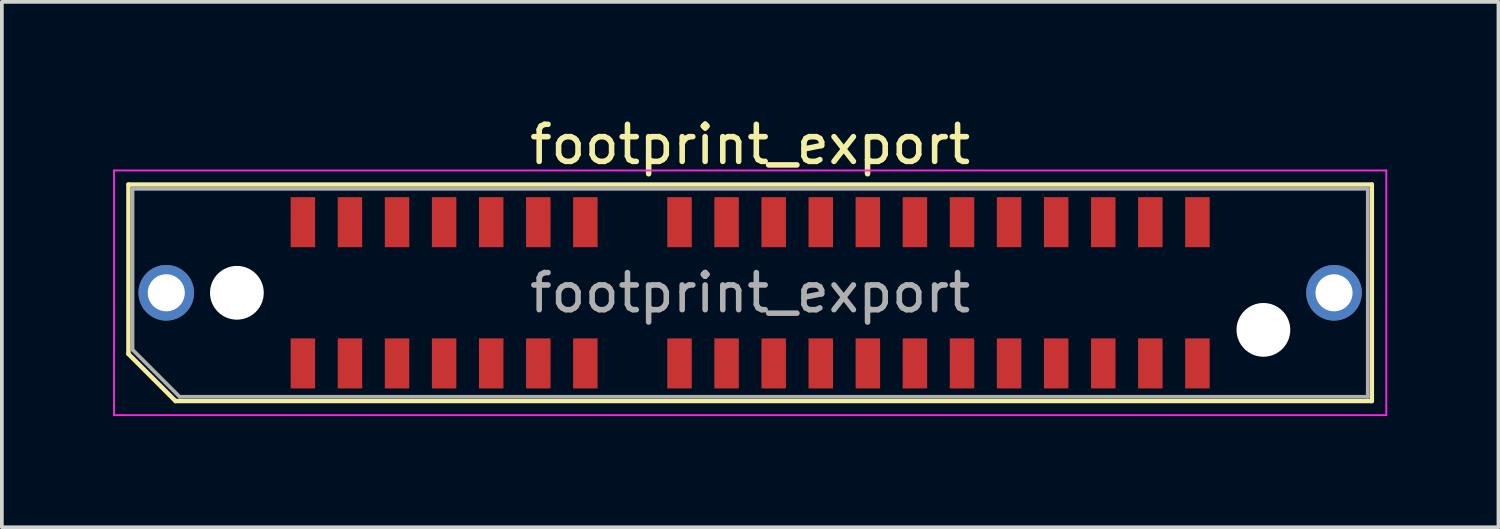
<source format=kicad_pcb>
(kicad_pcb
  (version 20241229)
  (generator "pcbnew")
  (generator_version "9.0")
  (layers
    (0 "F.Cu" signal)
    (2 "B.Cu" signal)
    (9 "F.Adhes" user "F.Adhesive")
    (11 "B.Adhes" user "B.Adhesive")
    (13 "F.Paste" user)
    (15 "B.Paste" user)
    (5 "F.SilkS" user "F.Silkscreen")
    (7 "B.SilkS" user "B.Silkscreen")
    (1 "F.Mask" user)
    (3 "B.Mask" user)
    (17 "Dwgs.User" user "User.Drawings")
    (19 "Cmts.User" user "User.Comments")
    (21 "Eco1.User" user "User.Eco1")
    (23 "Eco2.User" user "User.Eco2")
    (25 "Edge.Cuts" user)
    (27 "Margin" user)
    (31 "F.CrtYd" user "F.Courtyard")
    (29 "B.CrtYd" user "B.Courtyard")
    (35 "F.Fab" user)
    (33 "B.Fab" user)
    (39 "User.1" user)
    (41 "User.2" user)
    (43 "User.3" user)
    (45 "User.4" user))
  (footprint "footprint_export"
    (layer "F.Cu")
    (at 17.185 4.848)
    (property "Reference" "footprint_export" (at 0 -4 0) (layer "F.SilkS") (effects (font (size 1 1) (thickness 0.15))))
    (attr smd)
    (fp_line (start -16.77 -2.92) (end 16.77 -2.92) (stroke (width 0.12) (type solid)) (layer "F.SilkS"))
    (fp_line (start -16.77 1.65) (end -16.77 -2.92) (stroke (width 0.12) (type solid)) (layer "F.SilkS"))
    (fp_line (start -15.5 2.92) (end -16.77 1.65) (stroke (width 0.12) (type solid)) (layer "F.SilkS"))
    (fp_line (start -15.5 2.92) (end 16.77 2.92) (stroke (width 0.12) (type solid)) (layer "F.SilkS"))
    (fp_line (start 16.77 2.92) (end 16.77 -2.92) (stroke (width 0.12) (type solid)) (layer "F.SilkS"))
    (fp_line (start -17.16 -3.3) (end -17.16 3.3) (stroke (width 0.05) (type solid)) (layer "F.CrtYd"))
    (fp_line (start -17.16 3.3) (end 17.16 3.3) (stroke (width 0.05) (type solid)) (layer "F.CrtYd"))
    (fp_line (start 17.16 -3.3) (end -17.16 -3.3) (stroke (width 0.05) (type solid)) (layer "F.CrtYd"))
    (fp_line (start 17.16 3.3) (end 17.16 -3.3) (stroke (width 0.05) (type solid)) (layer "F.CrtYd"))
    (fp_line (start -16.66 -2.805) (end 16.66 -2.805) (stroke (width 0.1) (type solid)) (layer "F.Fab"))
    (fp_line (start -16.66 1.535) (end -16.66 -2.805) (stroke (width 0.1) (type solid)) (layer "F.Fab"))
    (fp_line (start -16.66 1.535) (end -15.39 2.805) (stroke (width 0.1) (type solid)) (layer "F.Fab"))
    (fp_line (start -15.39 2.805) (end 16.66 2.805) (stroke (width 0.1) (type solid)) (layer "F.Fab"))
    (fp_line (start 16.66 2.805) (end 16.66 -2.805) (stroke (width 0.1) (type solid)) (layer "F.Fab"))
    (fp_text user "${REFERENCE}" (at 0 0 0) (layer "F.Fab") (effects (font (size 1 1) (thickness 0.15))))
    (pad "" thru_hole circle (at -15.75 0) (size 1.5 1.5) (drill 1) (layers "*.Cu" "*.Mask"))
    (pad "" np_thru_hole circle (at -13.845 0) (size 1.45 1.45) (drill 1.45) (layers "*.Cu" "*.Mask"))
    (pad "" np_thru_hole circle (at 13.845 1) (size 1.45 1.45) (drill 1.45) (layers "*.Cu" "*.Mask"))
    (pad "" thru_hole circle (at 15.75 0) (size 1.5 1.5) (drill 1) (layers "*.Cu" "*.Mask"))
    (pad "1" smd rect (at -12.065 1.905) (size 0.66 1.35) (layers "F.Cu" "F.Mask" "F.Paste"))
    (pad "2" smd rect (at -12.065 -1.905) (size 0.66 1.35) (layers "F.Cu" "F.Mask" "F.Paste"))
    (pad "3" smd rect (at -10.795 1.905) (size 0.66 1.35) (layers "F.Cu" "F.Mask" "F.Paste"))
    (pad "4" smd rect (at -10.795 -1.905) (size 0.66 1.35) (layers "F.Cu" "F.Mask" "F.Paste"))
    (pad "5" smd rect (at -9.525 1.905) (size 0.66 1.35) (layers "F.Cu" "F.Mask" "F.Paste"))
    (pad "6" smd rect (at -9.525 -1.905) (size 0.66 1.35) (layers "F.Cu" "F.Mask" "F.Paste"))
    (pad "7" smd rect (at -8.255 1.905) (size 0.66 1.35) (layers "F.Cu" "F.Mask" "F.Paste"))
    (pad "8" smd rect (at -8.255 -1.905) (size 0.66 1.35) (layers "F.Cu" "F.Mask" "F.Paste"))
    (pad "9" smd rect (at -6.985 1.905) (size 0.66 1.35) (layers "F.Cu" "F.Mask" "F.Paste"))
    (pad "10" smd rect (at -6.985 -1.905) (size 0.66 1.35) (layers "F.Cu" "F.Mask" "F.Paste"))
    (pad "11" smd rect (at -5.715 1.905) (size 0.66 1.35) (layers "F.Cu" "F.Mask" "F.Paste"))
    (pad "12" smd rect (at -5.715 -1.905) (size 0.66 1.35) (layers "F.Cu" "F.Mask" "F.Paste"))
    (pad "13" smd rect (at -4.445 1.905) (size 0.66 1.35) (layers "F.Cu" "F.Mask" "F.Paste"))
    (pad "14" smd rect (at -4.445 -1.905) (size 0.66 1.35) (layers "F.Cu" "F.Mask" "F.Paste"))
    (pad "17" smd rect (at -1.905 1.905) (size 0.66 1.35) (layers "F.Cu" "F.Mask" "F.Paste"))
    (pad "18" smd rect (at -1.905 -1.905) (size 0.66 1.35) (layers "F.Cu" "F.Mask" "F.Paste"))
    (pad "19" smd rect (at -0.635 1.905) (size 0.66 1.35) (layers "F.Cu" "F.Mask" "F.Paste"))
    (pad "20" smd rect (at -0.635 -1.905) (size 0.66 1.35) (layers "F.Cu" "F.Mask" "F.Paste"))
    (pad "21" smd rect (at 0.635 1.905) (size 0.66 1.35) (layers "F.Cu" "F.Mask" "F.Paste"))
    (pad "22" smd rect (at 0.635 -1.905) (size 0.66 1.35) (layers "F.Cu" "F.Mask" "F.Paste"))
    (pad "23" smd rect (at 1.905 1.905) (size 0.66 1.35) (layers "F.Cu" "F.Mask" "F.Paste"))
    (pad "24" smd rect (at 1.905 -1.905) (size 0.66 1.35) (layers "F.Cu" "F.Mask" "F.Paste"))
    (pad "25" smd rect (at 3.175 1.905) (size 0.66 1.35) (layers "F.Cu" "F.Mask" "F.Paste"))
    (pad "26" smd rect (at 3.175 -1.905) (size 0.66 1.35) (layers "F.Cu" "F.Mask" "F.Paste"))
    (pad "27" smd rect (at 4.445 1.905) (size 0.66 1.35) (layers "F.Cu" "F.Mask" "F.Paste"))
    (pad "28" smd rect (at 4.445 -1.905) (size 0.66 1.35) (layers "F.Cu" "F.Mask" "F.Paste"))
    (pad "29" smd rect (at 5.715 1.905) (size 0.66 1.35) (layers "F.Cu" "F.Mask" "F.Paste"))
    (pad "30" smd rect (at 5.715 -1.905) (size 0.66 1.35) (layers "F.Cu" "F.Mask" "F.Paste"))
    (pad "31" smd rect (at 6.985 1.905) (size 0.66 1.35) (layers "F.Cu" "F.Mask" "F.Paste"))
    (pad "32" smd rect (at 6.985 -1.905) (size 0.66 1.35) (layers "F.Cu" "F.Mask" "F.Paste"))
    (pad "33" smd rect (at 8.255 1.905) (size 0.66 1.35) (layers "F.Cu" "F.Mask" "F.Paste"))
    (pad "34" smd rect (at 8.255 -1.905) (size 0.66 1.35) (layers "F.Cu" "F.Mask" "F.Paste"))
    (pad "35" smd rect (at 9.525 1.905) (size 0.66 1.35) (layers "F.Cu" "F.Mask" "F.Paste"))
    (pad "36" smd rect (at 9.525 -1.905) (size 0.66 1.35) (layers "F.Cu" "F.Mask" "F.Paste"))
    (pad "37" smd rect (at 10.795 1.905) (size 0.66 1.35) (layers "F.Cu" "F.Mask" "F.Paste"))
    (pad "38" smd rect (at 10.795 -1.905) (size 0.66 1.35) (layers "F.Cu" "F.Mask" "F.Paste"))
    (pad "39" smd rect (at 12.065 1.905) (size 0.66 1.35) (layers "F.Cu" "F.Mask" "F.Paste"))
    (pad "40" smd rect (at 12.065 -1.905) (size 0.66 1.35) (layers "F.Cu" "F.Mask" "F.Paste")))
  (gr_rect
    (start -3 -3)
    (end 37.37 11.173)
    (stroke (width 0.1) (type default))
    (fill no)
    (layer "Edge.Cuts")))
</source>
